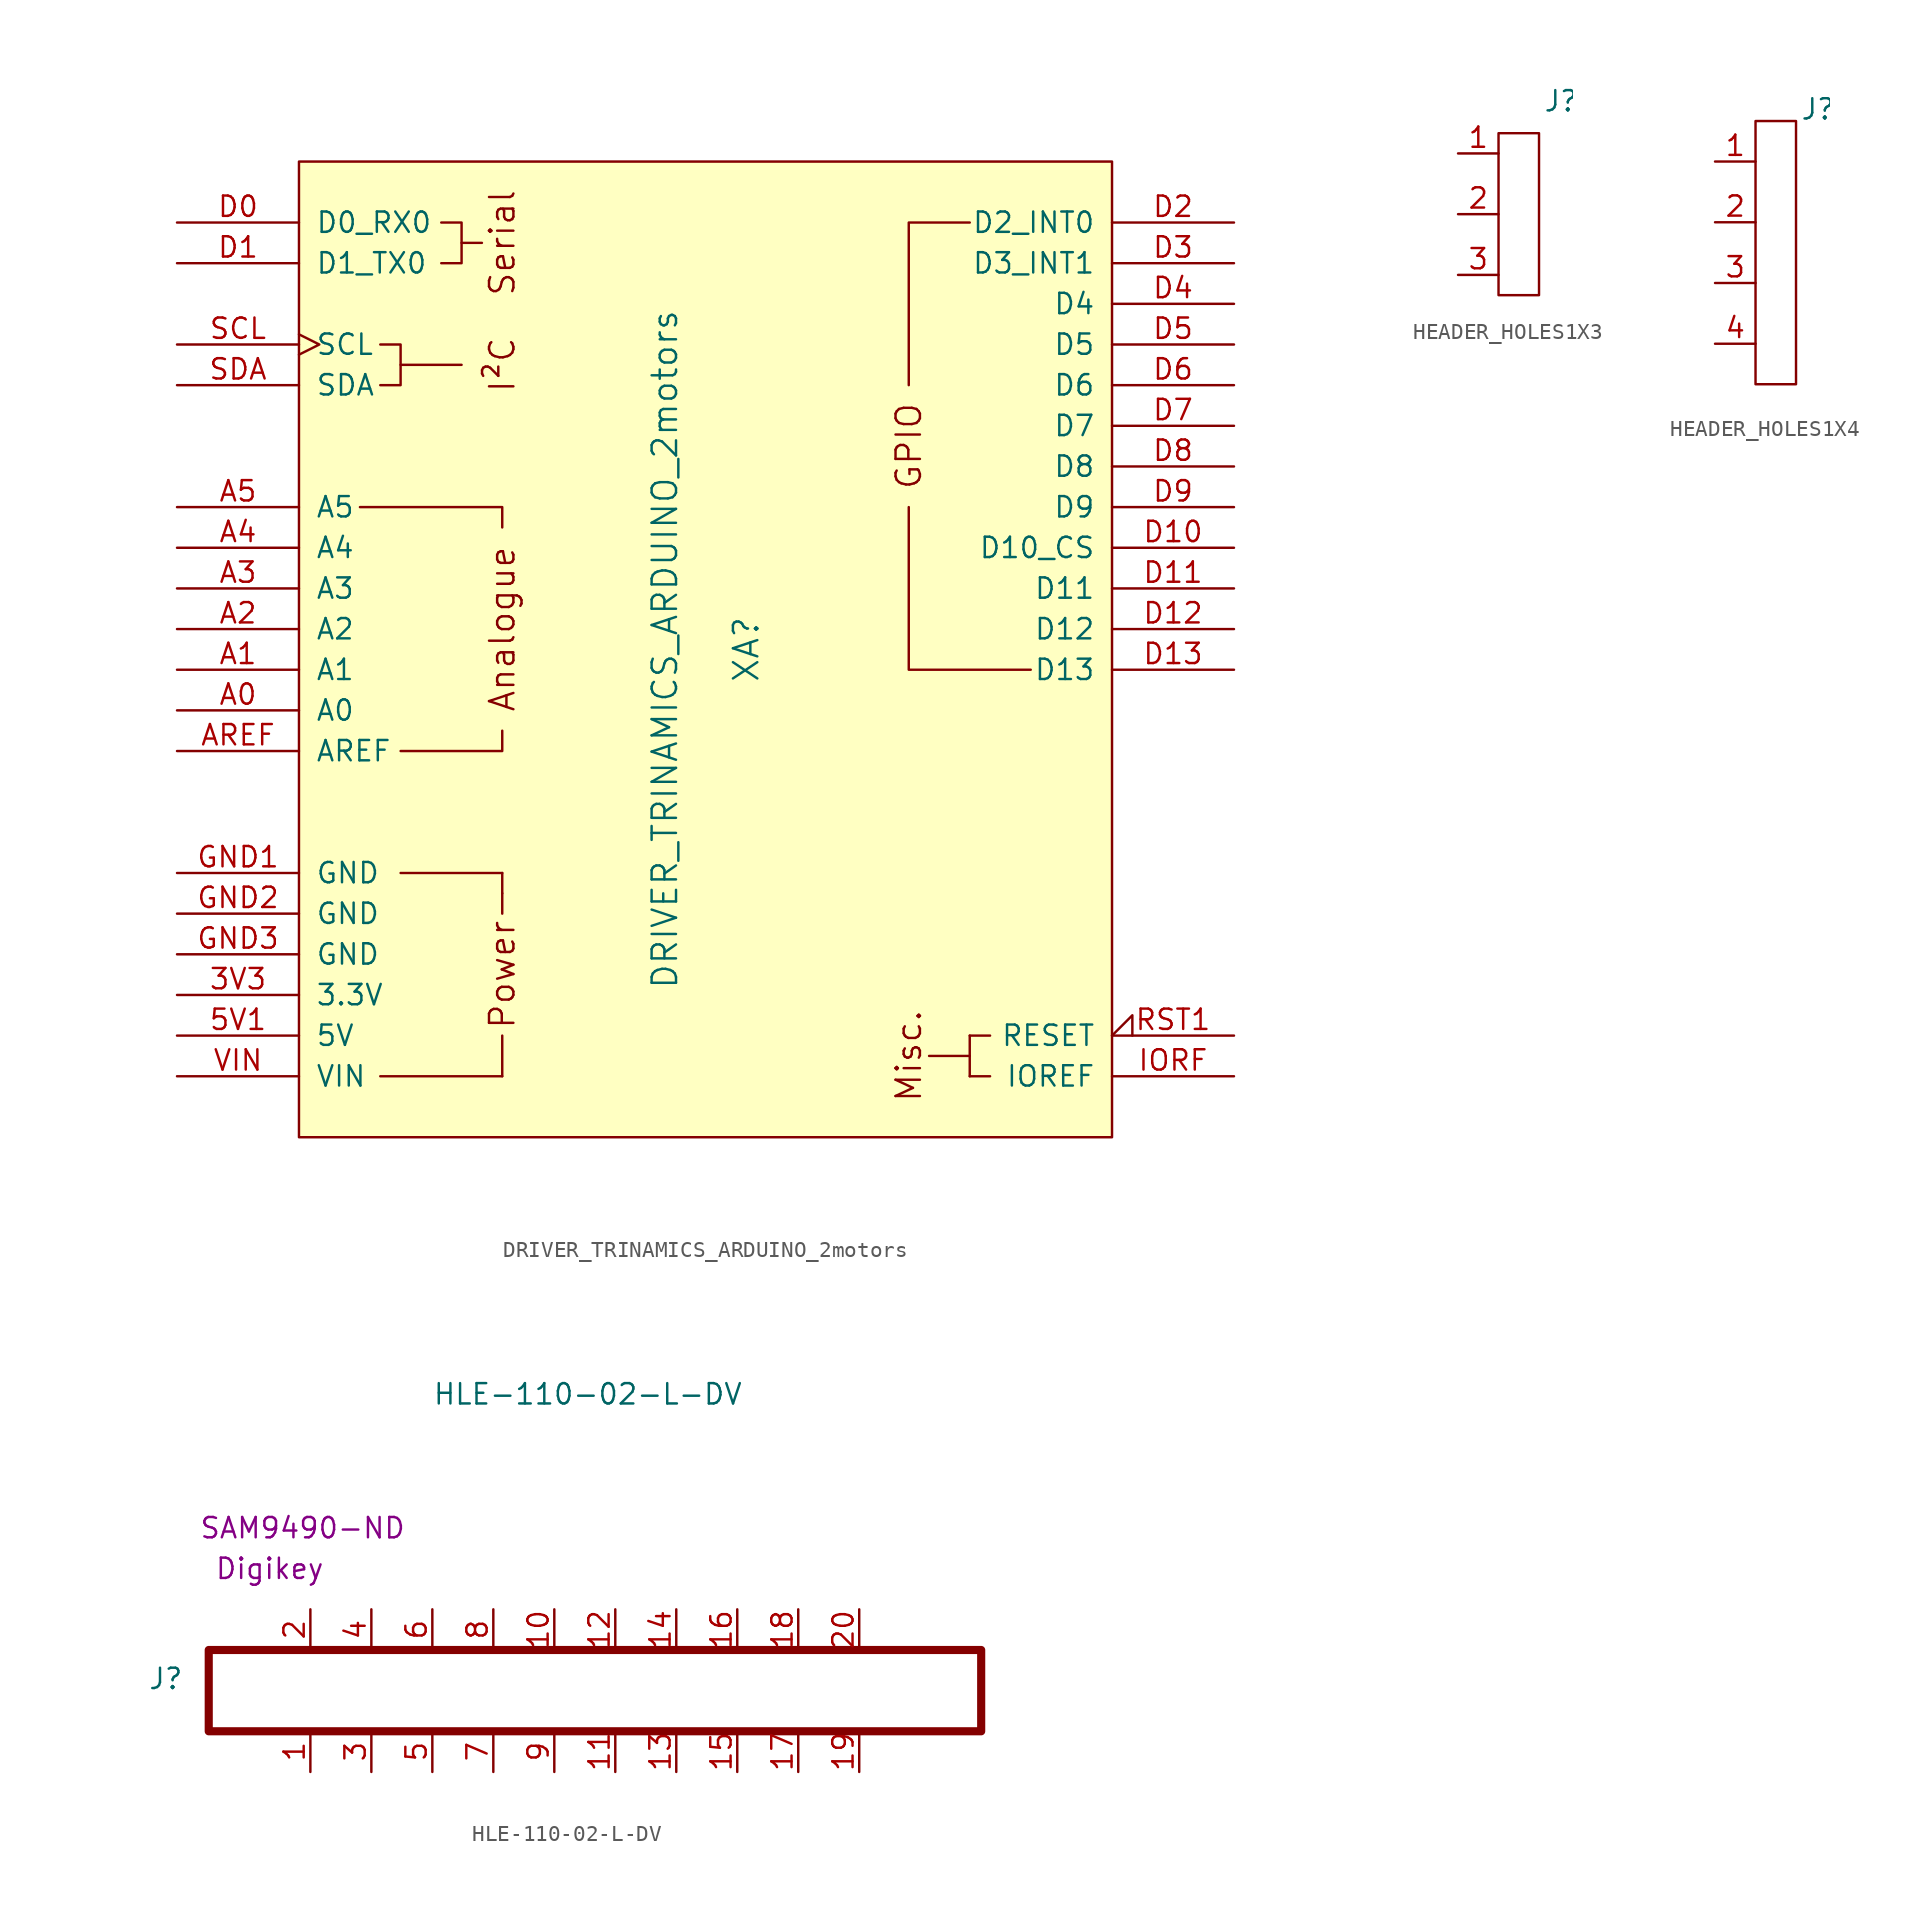
<source format=kicad_sym>
(kicad_symbol_lib
  (version 20211014)
  (generator kicad_symbol_editor)
  (symbol "DRIVER_TRINAMICS_ARDUINO_2motors"
    (pin_names
      (offset 1.016))
    (property "Reference" "XA"
      (at 2.54 0 90)
      (effects (font (size 1.524 1.524))))
    (property "Value" "DRIVER_TRINAMICS_ARDUINO_2motors"
      (at -2.54 0 90)
      (effects (font (size 1.524 1.524))))
    (symbol "DRIVER_TRINAMICS_ARDUINO_2motors_0_0"
      (rectangle (start -25.4 30.48) (end 25.4 -30.48) (stroke (width 0) (type default) (color 0 0 0 0)) (fill (type background)))
      (rectangle (start -20.32 -26.67) (end -12.7 -26.67) (stroke (width 0) (type default) (color 0 0 0 0)) (fill (type none)))
      (rectangle (start -19.05 -13.97) (end -12.7 -13.97) (stroke (width 0) (type default) (color 0 0 0 0)) (fill (type none)))
      (polyline (pts (xy -19.05 17.78) (xy -15.24 17.78)) (stroke (width 0) (type default) (color 0 0 0 0)) (fill (type none)))
      (polyline (pts (xy -15.24 25.4) (xy -13.97 25.4)) (stroke (width 0) (type default) (color 0 0 0 0)) (fill (type none)))
      (polyline (pts (xy -12.7 -26.67) (xy -12.7 -24.13)) (stroke (width 0) (type default) (color 0 0 0 0)) (fill (type none)))
      (polyline (pts (xy -12.7 -15.24) (xy -12.7 -16.51)) (stroke (width 0) (type default) (color 0 0 0 0)) (fill (type none)))
      (polyline (pts (xy -12.7 -13.97) (xy -12.7 -15.24)) (stroke (width 0) (type default) (color 0 0 0 0)) (fill (type none)))
      (polyline (pts (xy -12.7 -5.08) (xy -12.7 -6.35) (xy -19.05 -6.35)) (stroke (width 0) (type default) (color 0 0 0 0)) (fill (type none)))
      (polyline (pts (xy -12.7 7.62) (xy -12.7 8.89) (xy -21.59 8.89)) (stroke (width 0) (type default) (color 0 0 0 0)) (fill (type none)))
      (polyline (pts (xy 12.7 8.89) (xy 12.7 -1.27) (xy 20.32 -1.27)) (stroke (width 0) (type default) (color 0 0 0 0)) (fill (type none)))
      (polyline (pts (xy 12.7 16.51) (xy 12.7 26.67) (xy 16.51 26.67)) (stroke (width 0) (type default) (color 0 0 0 0)) (fill (type none)))
      (polyline (pts (xy -20.32 19.05) (xy -19.05 19.05) (xy -19.05 16.51) (xy -20.32 16.51)) (stroke (width 0) (type default) (color 0 0 0 0)) (fill (type none)))
      (polyline (pts (xy -16.51 26.67) (xy -15.24 26.67) (xy -15.24 24.13) (xy -16.51 24.13)) (stroke (width 0) (type default) (color 0 0 0 0)) (fill (type none)))
      (rectangle (start 16.51 -25.4) (end 13.97 -25.4) (stroke (width 0) (type default) (color 0 0 0 0)) (fill (type none)))
      (rectangle (start 16.51 -24.13) (end 16.51 -26.67) (stroke (width 0) (type default) (color 0 0 0 0)) (fill (type none)))
      (rectangle (start 17.78 -26.67) (end 16.51 -26.67) (stroke (width 0) (type default) (color 0 0 0 0)) (fill (type none)))
      (rectangle (start 17.78 -24.13) (end 16.51 -24.13) (stroke (width 0) (type default) (color 0 0 0 0)) (fill (type none)))
      (text "Analogue" (at -12.7 1.27 900) (effects (font (size 1.524 1.524))))
      (text "I²C" (at -12.7 17.78 900) (effects (font (size 1.524 1.524))))
      (text "Misc." (at 12.7 -25.4 900) (effects (font (size 1.524 1.524))))
      (text "Power" (at -12.7 -20.32 900) (effects (font (size 1.524 1.524))))
      (text "Serial" (at -12.7 25.4 900) (effects (font (size 1.524 1.524)))))
    (symbol "DRIVER_TRINAMICS_ARDUINO_2motors_1_0"
      (text "GPIO" (at 12.7 12.7 900) (effects (font (size 1.524 1.524)))))
    (symbol "DRIVER_TRINAMICS_ARDUINO_2motors_1_1"
      (pin power_in line (at -33.02 -21.59 0) (length 7.62) (name "3.3V" (effects (font (size 1.27 1.27)))) (number "3V3" (effects (font (size 1.27 1.27)))))
      (pin power_in line (at -33.02 -24.13 0) (length 7.62) (name "5V" (effects (font (size 1.27 1.27)))) (number "5V1" (effects (font (size 1.27 1.27)))))
      (pin bidirectional line (at -33.02 -3.81 0) (length 7.62) (name "A0" (effects (font (size 1.27 1.27)))) (number "A0" (effects (font (size 1.27 1.27)))))
      (pin bidirectional line (at -33.02 -1.27 0) (length 7.62) (name "A1" (effects (font (size 1.27 1.27)))) (number "A1" (effects (font (size 1.27 1.27)))))
      (pin bidirectional line (at -33.02 1.27 0) (length 7.62) (name "A2" (effects (font (size 1.27 1.27)))) (number "A2" (effects (font (size 1.27 1.27)))))
      (pin bidirectional line (at -33.02 3.81 0) (length 7.62) (name "A3" (effects (font (size 1.27 1.27)))) (number "A3" (effects (font (size 1.27 1.27)))))
      (pin bidirectional line (at -33.02 6.35 0) (length 7.62) (name "A4" (effects (font (size 1.27 1.27)))) (number "A4" (effects (font (size 1.27 1.27)))))
      (pin bidirectional line (at -33.02 8.89 0) (length 7.62) (name "A5" (effects (font (size 1.27 1.27)))) (number "A5" (effects (font (size 1.27 1.27)))))
      (pin input line (at -33.02 -6.35 0) (length 7.62) (name "AREF" (effects (font (size 1.27 1.27)))) (number "AREF" (effects (font (size 1.27 1.27)))))
      (pin bidirectional line (at -33.02 26.67 0) (length 7.62) (name "D0_RX0" (effects (font (size 1.27 1.27)))) (number "D0" (effects (font (size 1.27 1.27)))))
      (pin bidirectional line (at -33.02 24.13 0) (length 7.62) (name "D1_TX0" (effects (font (size 1.27 1.27)))) (number "D1" (effects (font (size 1.27 1.27)))))
      (pin bidirectional line (at 33.02 6.35 180) (length 7.62) (name "D10_CS" (effects (font (size 1.27 1.27)))) (number "D10" (effects (font (size 1.27 1.27)))))
      (pin bidirectional line (at 33.02 3.81 180) (length 7.62) (name "D11" (effects (font (size 1.27 1.27)))) (number "D11" (effects (font (size 1.27 1.27)))))
      (pin bidirectional line (at 33.02 1.27 180) (length 7.62) (name "D12" (effects (font (size 1.27 1.27)))) (number "D12" (effects (font (size 1.27 1.27)))))
      (pin bidirectional line (at 33.02 -1.27 180) (length 7.62) (name "D13" (effects (font (size 1.27 1.27)))) (number "D13" (effects (font (size 1.27 1.27)))))
      (pin bidirectional line (at 33.02 26.67 180) (length 7.62) (name "D2_INT0" (effects (font (size 1.27 1.27)))) (number "D2" (effects (font (size 1.27 1.27)))))
      (pin bidirectional line (at 33.02 24.13 180) (length 7.62) (name "D3_INT1" (effects (font (size 1.27 1.27)))) (number "D3" (effects (font (size 1.27 1.27)))))
      (pin bidirectional line (at 33.02 21.59 180) (length 7.62) (name "D4" (effects (font (size 1.27 1.27)))) (number "D4" (effects (font (size 1.27 1.27)))))
      (pin bidirectional line (at 33.02 19.05 180) (length 7.62) (name "D5" (effects (font (size 1.27 1.27)))) (number "D5" (effects (font (size 1.27 1.27)))))
      (pin bidirectional line (at 33.02 16.51 180) (length 7.62) (name "D6" (effects (font (size 1.27 1.27)))) (number "D6" (effects (font (size 1.27 1.27)))))
      (pin bidirectional line (at 33.02 13.97 180) (length 7.62) (name "D7" (effects (font (size 1.27 1.27)))) (number "D7" (effects (font (size 1.27 1.27)))))
      (pin bidirectional line (at 33.02 11.43 180) (length 7.62) (name "D8" (effects (font (size 1.27 1.27)))) (number "D8" (effects (font (size 1.27 1.27)))))
      (pin bidirectional line (at 33.02 8.89 180) (length 7.62) (name "D9" (effects (font (size 1.27 1.27)))) (number "D9" (effects (font (size 1.27 1.27)))))
      (pin power_in line (at -33.02 -13.97 0) (length 7.62) (name "GND" (effects (font (size 1.27 1.27)))) (number "GND1" (effects (font (size 1.27 1.27)))))
      (pin power_in line (at -33.02 -16.51 0) (length 7.62) (name "GND" (effects (font (size 1.27 1.27)))) (number "GND2" (effects (font (size 1.27 1.27)))))
      (pin power_in line (at -33.02 -19.05 0) (length 7.62) (name "GND" (effects (font (size 1.27 1.27)))) (number "GND3" (effects (font (size 1.27 1.27)))))
      (pin output line (at 33.02 -26.67 180) (length 7.62) (name "IOREF" (effects (font (size 1.27 1.27)))) (number "IORF" (effects (font (size 1.27 1.27)))))
      (pin open_collector input_low (at 33.02 -24.13 180) (length 7.62) (name "RESET" (effects (font (size 1.27 1.27)))) (number "RST1" (effects (font (size 1.27 1.27)))))
      (pin bidirectional clock (at -33.02 19.05 0) (length 7.62) (name "SCL" (effects (font (size 1.27 1.27)))) (number "SCL" (effects (font (size 1.27 1.27)))))
      (pin bidirectional line (at -33.02 16.51 0) (length 7.62) (name "SDA" (effects (font (size 1.27 1.27)))) (number "SDA" (effects (font (size 1.27 1.27)))))
      (pin power_in line (at -33.02 -26.67 0) (length 7.62) (name "VIN" (effects (font (size 1.27 1.27)))) (number "VIN" (effects (font (size 1.27 1.27)))))))
  (symbol "HEADER_HOLES1X3"
    (pin_names
      (offset 1.016) hide)
    (property "Reference" "J"
      (at 1.524 3.81 0)
      (effects (font (size 1.27 1.27)) (justify left bottom)))
    (symbol "HEADER_HOLES1X3_0_1"
      (rectangle (start -1.27 2.54) (end 1.27 -7.62) (stroke (width 0) (type default) (color 0 0 0 0)) (fill (type none))))
    (symbol "HEADER_HOLES1X3_1_1"
      (pin passive line (at -3.81 1.27 0) (length 2.54) (name "~" (effects (font (size 1.27 1.27)))) (number "1" (effects (font (size 1.27 1.27)))))
      (pin passive line (at -3.81 -2.54 0) (length 2.54) (name "~" (effects (font (size 1.27 1.27)))) (number "2" (effects (font (size 1.27 1.27)))))
      (pin passive line (at -3.81 -6.35 0) (length 2.54) (name "~" (effects (font (size 1.27 1.27)))) (number "3" (effects (font (size 1.27 1.27)))))))
  (symbol "HEADER_HOLES1X4"
    (pin_names
      (offset 1.016) hide)
    (property "Reference" "J"
      (at 1.524 3.81 0)
      (effects (font (size 1.27 1.27)) (justify left bottom)))
    (symbol "HEADER_HOLES1X4_0_1"
      (rectangle (start -1.27 3.81) (end 1.27 -12.7) (stroke (width 0) (type default) (color 0 0 0 0)) (fill (type none))))
    (symbol "HEADER_HOLES1X4_1_1"
      (pin passive line (at -3.81 1.27 0) (length 2.54) (name "~" (effects (font (size 1.27 1.27)))) (number "1" (effects (font (size 1.27 1.27)))))
      (pin passive line (at -3.81 -2.54 0) (length 2.54) (name "~" (effects (font (size 1.27 1.27)))) (number "2" (effects (font (size 1.27 1.27)))))
      (pin passive line (at -3.81 -6.35 0) (length 2.54) (name "~" (effects (font (size 1.27 1.27)))) (number "3" (effects (font (size 1.27 1.27)))))
      (pin passive line (at -3.81 -10.16 0) (length 2.54) (name "~" (effects (font (size 1.27 1.27)))) (number "4" (effects (font (size 1.27 1.27)))))))
  (symbol "HLE-110-02-L-DV"
    (pin_names
      (offset 1.016) hide)
    (property "Reference" "J"
      (at -25.4 0 0)
      (effects (font (size 1.27 1.27)) (justify left bottom)))
    (property "Value" "HLE-110-02-L-DV"
      (at -7.62 17.78 0)
      (effects (font (size 1.27 1.27)) (justify left bottom)))
    (property "Fournisseur 1" "Digikey"
      (at -17.78 7.62 0)
      (effects (font (size 1.27 1.27))))
    (property "Ref Fournisseur 1" "SAM9490-ND "
      (at -15.24 10.16 0)
      (effects (font (size 1.27 1.27))))
    (symbol "HLE-110-02-L-DV_0_0"
      (rectangle (start -21.59 2.54) (end 26.67 -2.54) (stroke (width 0.508) (type default) (color 0 0 0 0)) (fill (type none))))
    (symbol "HLE-110-02-L-DV_1_1"
      (pin passive line (at -15.24 -5.08 90) (length 2.54) (name "~" (effects (font (size 1.27 1.27)))) (number "1" (effects (font (size 1.27 1.27)))))
      (pin passive line (at 0 5.08 270) (length 2.54) (name "~" (effects (font (size 1.27 1.27)))) (number "10" (effects (font (size 1.27 1.27)))))
      (pin passive line (at 3.81 -5.08 90) (length 2.54) (name "~" (effects (font (size 1.27 1.27)))) (number "11" (effects (font (size 1.27 1.27)))))
      (pin passive line (at 3.81 5.08 270) (length 2.54) (name "~" (effects (font (size 1.27 1.27)))) (number "12" (effects (font (size 1.27 1.27)))))
      (pin passive line (at 7.62 -5.08 90) (length 2.54) (name "~" (effects (font (size 1.27 1.27)))) (number "13" (effects (font (size 1.27 1.27)))))
      (pin passive line (at 7.62 5.08 270) (length 2.54) (name "~" (effects (font (size 1.27 1.27)))) (number "14" (effects (font (size 1.27 1.27)))))
      (pin passive line (at 11.43 -5.08 90) (length 2.54) (name "~" (effects (font (size 1.27 1.27)))) (number "15" (effects (font (size 1.27 1.27)))))
      (pin passive line (at 11.43 5.08 270) (length 2.54) (name "~" (effects (font (size 1.27 1.27)))) (number "16" (effects (font (size 1.27 1.27)))))
      (pin passive line (at 15.24 -5.08 90) (length 2.54) (name "~" (effects (font (size 1.27 1.27)))) (number "17" (effects (font (size 1.27 1.27)))))
      (pin passive line (at 15.24 5.08 270) (length 2.54) (name "~" (effects (font (size 1.27 1.27)))) (number "18" (effects (font (size 1.27 1.27)))))
      (pin passive line (at 19.05 -5.08 90) (length 2.54) (name "~" (effects (font (size 1.27 1.27)))) (number "19" (effects (font (size 1.27 1.27)))))
      (pin passive line (at -15.24 5.08 270) (length 2.54) (name "~" (effects (font (size 1.27 1.27)))) (number "2" (effects (font (size 1.27 1.27)))))
      (pin passive line (at 19.05 5.08 270) (length 2.54) (name "~" (effects (font (size 1.27 1.27)))) (number "20" (effects (font (size 1.27 1.27)))))
      (pin passive line (at -11.43 -5.08 90) (length 2.54) (name "~" (effects (font (size 1.27 1.27)))) (number "3" (effects (font (size 1.27 1.27)))))
      (pin passive line (at -11.43 5.08 270) (length 2.54) (name "~" (effects (font (size 1.27 1.27)))) (number "4" (effects (font (size 1.27 1.27)))))
      (pin passive line (at -7.62 -5.08 90) (length 2.54) (name "~" (effects (font (size 1.27 1.27)))) (number "5" (effects (font (size 1.27 1.27)))))
      (pin passive line (at -7.62 5.08 270) (length 2.54) (name "~" (effects (font (size 1.27 1.27)))) (number "6" (effects (font (size 1.27 1.27)))))
      (pin passive line (at -3.81 -5.08 90) (length 2.54) (name "~" (effects (font (size 1.27 1.27)))) (number "7" (effects (font (size 1.27 1.27)))))
      (pin passive line (at -3.81 5.08 270) (length 2.54) (name "~" (effects (font (size 1.27 1.27)))) (number "8" (effects (font (size 1.27 1.27)))))
      (pin passive line (at 0 -5.08 90) (length 2.54) (name "~" (effects (font (size 1.27 1.27)))) (number "9" (effects (font (size 1.27 1.27))))))))
</source>
